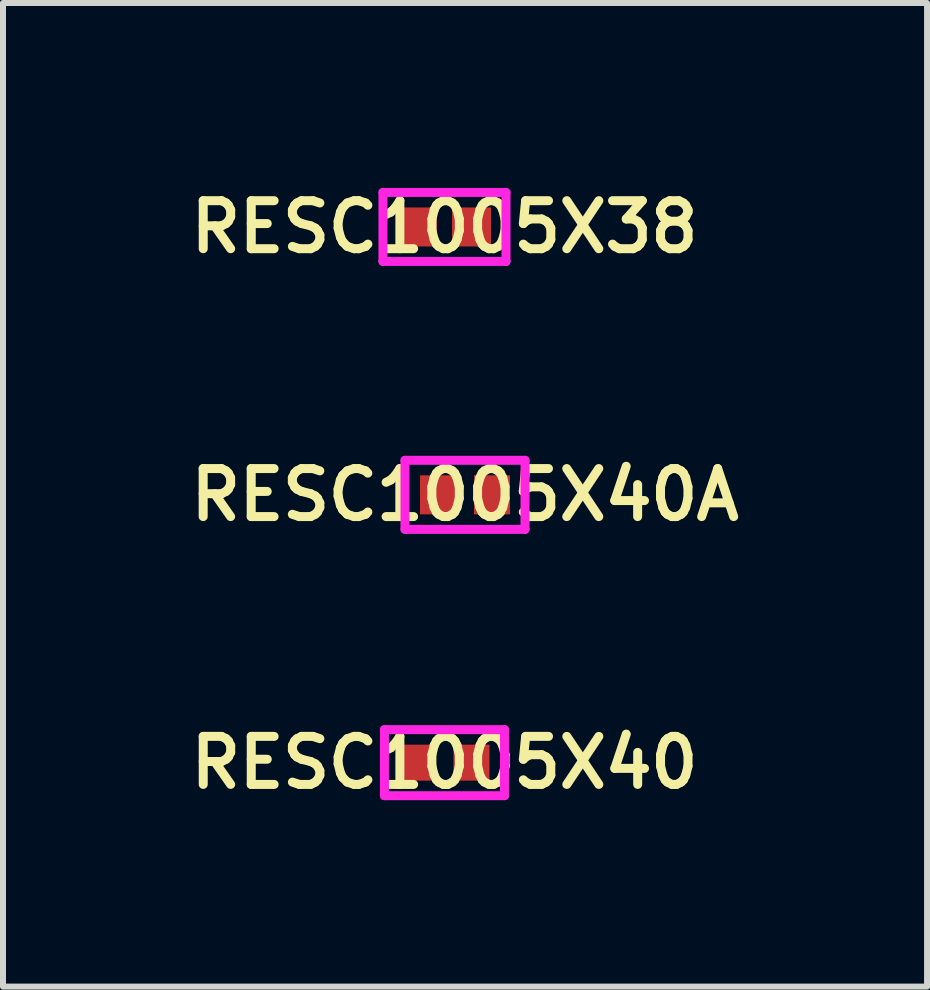
<source format=kicad_pcb>
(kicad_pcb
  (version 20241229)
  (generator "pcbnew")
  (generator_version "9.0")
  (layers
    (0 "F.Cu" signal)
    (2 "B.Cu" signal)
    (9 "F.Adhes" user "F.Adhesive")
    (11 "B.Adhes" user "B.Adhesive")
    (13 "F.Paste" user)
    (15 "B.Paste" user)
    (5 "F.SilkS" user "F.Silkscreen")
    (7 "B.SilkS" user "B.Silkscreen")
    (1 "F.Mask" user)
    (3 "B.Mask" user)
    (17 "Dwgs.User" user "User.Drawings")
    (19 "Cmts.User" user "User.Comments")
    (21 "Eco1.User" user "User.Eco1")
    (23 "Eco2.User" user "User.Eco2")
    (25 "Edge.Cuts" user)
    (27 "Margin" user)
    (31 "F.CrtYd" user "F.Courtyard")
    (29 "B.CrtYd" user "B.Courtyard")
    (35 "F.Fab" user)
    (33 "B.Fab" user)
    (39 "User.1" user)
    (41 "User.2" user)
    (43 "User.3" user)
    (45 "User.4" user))
  (footprint "RESC1005X38"
    (layer "F.Cu")
    (at 4.355 0.731)
    (property "Reference" "RESC1005X38" (at 0 0 0) (layer "F.SilkS") (effects (font (size 0.8 0.8) (thickness 0.15))))
    (attr smd)
    (fp_line (start -1.025 -0.575) (end 1.025 -0.575) (stroke (width 0.15) (type solid)) (layer "F.CrtYd"))
    (fp_line (start -1.025 0.575) (end -1.025 -0.575) (stroke (width 0.15) (type solid)) (layer "F.CrtYd"))
    (fp_line (start 1.025 -0.575) (end 1.025 0.575) (stroke (width 0.15) (type solid)) (layer "F.CrtYd"))
    (fp_line (start 1.025 0.575) (end -1.025 0.575) (stroke (width 0.15) (type solid)) (layer "F.CrtYd"))
    (pad "1" smd rect (at -0.45 0) (size 0.65 0.65) (layers "F.Cu" "F.Mask" "F.Paste"))
    (pad "2" smd rect (at 0.45 0) (size 0.65 0.65) (layers "F.Cu" "F.Mask" "F.Paste")))
  (footprint "RESC1005X40"
    (layer "F.Cu")
    (at 4.355 9.656)
    (property "Reference" "RESC1005X40" (at 0 0 0) (layer "F.SilkS") (effects (font (size 0.8 0.8) (thickness 0.15))))
    (attr smd)
    (fp_line (start -1 -0.55) (end 1 -0.55) (stroke (width 0.15) (type solid)) (layer "F.CrtYd"))
    (fp_line (start -1 0.55) (end -1 -0.55) (stroke (width 0.15) (type solid)) (layer "F.CrtYd"))
    (fp_line (start 1 -0.55) (end 1 0.55) (stroke (width 0.15) (type solid)) (layer "F.CrtYd"))
    (fp_line (start 1 0.55) (end -1 0.55) (stroke (width 0.15) (type solid)) (layer "F.CrtYd"))
    (pad "1" smd rect (at -0.45 0) (size 0.6 0.6) (layers "F.Cu" "F.Mask" "F.Paste"))
    (pad "2" smd rect (at 0.45 0) (size 0.6 0.6) (layers "F.Cu" "F.Mask" "F.Paste")))
  (footprint "RESC1005X40A"
    (layer "F.Cu")
    (at 4.697 5.194)
    (property "Reference" "RESC1005X40A" (at 0 0 0) (layer "F.SilkS") (effects (font (size 0.8 0.8) (thickness 0.15))))
    (attr smd)
    (fp_line (start -1 -0.575) (end 1 -0.575) (stroke (width 0.15) (type solid)) (layer "F.CrtYd"))
    (fp_line (start -1 0.575) (end -1 -0.575) (stroke (width 0.15) (type solid)) (layer "F.CrtYd"))
    (fp_line (start 1 -0.575) (end 1 0.575) (stroke (width 0.15) (type solid)) (layer "F.CrtYd"))
    (fp_line (start 1 0.575) (end -1 0.575) (stroke (width 0.15) (type solid)) (layer "F.CrtYd"))
    (pad "1" smd rect (at -0.45 0) (size 0.6 0.65) (layers "F.Cu" "F.Mask" "F.Paste"))
    (pad "2" smd rect (at 0.45 0) (size 0.6 0.65) (layers "F.Cu" "F.Mask" "F.Paste")))
  (gr_rect
    (start -3 -3)
    (end 12.395 13.387)
    (stroke (width 0.1) (type default))
    (fill no)
    (layer "Edge.Cuts")))
</source>
